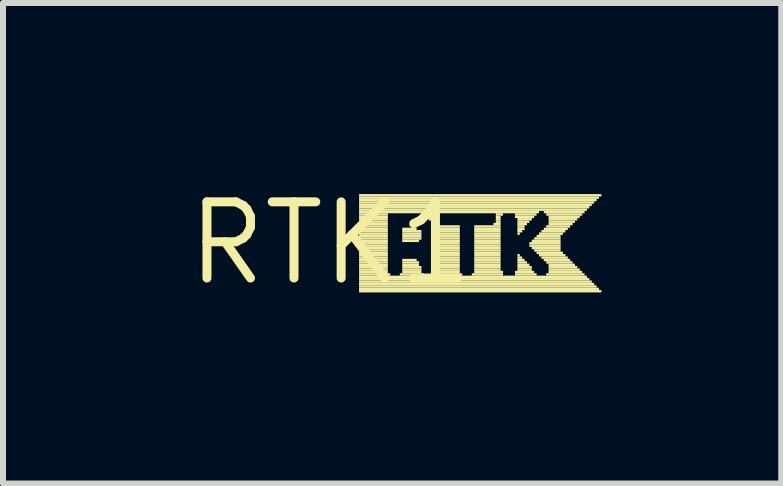
<source format=kicad_pcb>
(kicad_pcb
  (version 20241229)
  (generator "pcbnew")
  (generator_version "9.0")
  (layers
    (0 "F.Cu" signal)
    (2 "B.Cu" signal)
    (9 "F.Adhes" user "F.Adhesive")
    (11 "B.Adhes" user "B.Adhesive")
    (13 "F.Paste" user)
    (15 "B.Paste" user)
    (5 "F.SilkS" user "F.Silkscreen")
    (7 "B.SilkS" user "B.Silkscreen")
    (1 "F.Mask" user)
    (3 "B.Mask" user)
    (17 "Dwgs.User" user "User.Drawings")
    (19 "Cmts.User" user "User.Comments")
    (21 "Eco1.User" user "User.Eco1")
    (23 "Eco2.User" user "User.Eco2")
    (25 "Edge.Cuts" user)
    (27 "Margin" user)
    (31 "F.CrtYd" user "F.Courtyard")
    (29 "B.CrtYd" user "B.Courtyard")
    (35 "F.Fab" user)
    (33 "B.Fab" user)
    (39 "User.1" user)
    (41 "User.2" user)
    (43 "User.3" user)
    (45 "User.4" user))
  (footprint "RTK1"
    (layer "F.Cu")
    (at 2.457 1.006)
    (property "Reference" "RTK1" (at 0 0 0) (layer "F.SilkS") (effects (font (size 1.27 1.27) (thickness 0.15))))
    (fp_poly (pts (xy 0.48 -0.78) (xy 4.52 -0.78) (xy 4.52 -0.82) (xy 0.48 -0.82)) (stroke (width 0) (type solid)) (fill yes) (layer "F.SilkS"))
    (fp_poly (pts (xy 0.48 -0.74) (xy 4.48 -0.74) (xy 4.48 -0.78) (xy 0.48 -0.78)) (stroke (width 0) (type solid)) (fill yes) (layer "F.SilkS"))
    (fp_poly (pts (xy 0.48 -0.7) (xy 4.44 -0.7) (xy 4.44 -0.74) (xy 0.48 -0.74)) (stroke (width 0) (type solid)) (fill yes) (layer "F.SilkS"))
    (fp_poly (pts (xy 0.48 -0.66) (xy 4.4 -0.66) (xy 4.4 -0.7) (xy 0.48 -0.7)) (stroke (width 0) (type solid)) (fill yes) (layer "F.SilkS"))
    (fp_poly (pts (xy 0.48 -0.62) (xy 4.36 -0.62) (xy 4.36 -0.66) (xy 0.48 -0.66)) (stroke (width 0) (type solid)) (fill yes) (layer "F.SilkS"))
    (fp_poly (pts (xy 0.48 -0.58) (xy 4.32 -0.58) (xy 4.32 -0.62) (xy 0.48 -0.62)) (stroke (width 0) (type solid)) (fill yes) (layer "F.SilkS"))
    (fp_poly (pts (xy 0.48 -0.54) (xy 4.28 -0.54) (xy 4.28 -0.58) (xy 0.48 -0.58)) (stroke (width 0) (type solid)) (fill yes) (layer "F.SilkS"))
    (fp_poly (pts (xy 0.48 -0.5) (xy 3.48 -0.5) (xy 3.48 -0.54) (xy 0.48 -0.54)) (stroke (width 0) (type solid)) (fill yes) (layer "F.SilkS"))
    (fp_poly (pts (xy 0.48 -0.46) (xy 0.96 -0.46) (xy 0.96 -0.5) (xy 0.48 -0.5)) (stroke (width 0) (type solid)) (fill yes) (layer "F.SilkS"))
    (fp_poly (pts (xy 0.48 -0.42) (xy 0.96 -0.42) (xy 0.96 -0.46) (xy 0.48 -0.46)) (stroke (width 0) (type solid)) (fill yes) (layer "F.SilkS"))
    (fp_poly (pts (xy 0.48 -0.38) (xy 0.96 -0.38) (xy 0.96 -0.42) (xy 0.48 -0.42)) (stroke (width 0) (type solid)) (fill yes) (layer "F.SilkS"))
    (fp_poly (pts (xy 0.48 -0.34) (xy 0.96 -0.34) (xy 0.96 -0.38) (xy 0.48 -0.38)) (stroke (width 0) (type solid)) (fill yes) (layer "F.SilkS"))
    (fp_poly (pts (xy 0.48 -0.3) (xy 0.96 -0.3) (xy 0.96 -0.34) (xy 0.48 -0.34)) (stroke (width 0) (type solid)) (fill yes) (layer "F.SilkS"))
    (fp_poly (pts (xy 0.48 -0.26) (xy 0.96 -0.26) (xy 0.96 -0.3) (xy 0.48 -0.3)) (stroke (width 0) (type solid)) (fill yes) (layer "F.SilkS"))
    (fp_poly (pts (xy 0.48 -0.22) (xy 0.96 -0.22) (xy 0.96 -0.26) (xy 0.48 -0.26)) (stroke (width 0) (type solid)) (fill yes) (layer "F.SilkS"))
    (fp_poly (pts (xy 0.48 -0.18) (xy 0.96 -0.18) (xy 0.96 -0.22) (xy 0.48 -0.22)) (stroke (width 0) (type solid)) (fill yes) (layer "F.SilkS"))
    (fp_poly (pts (xy 0.48 -0.14) (xy 0.96 -0.14) (xy 0.96 -0.18) (xy 0.48 -0.18)) (stroke (width 0) (type solid)) (fill yes) (layer "F.SilkS"))
    (fp_poly (pts (xy 0.48 -0.1) (xy 0.96 -0.1) (xy 0.96 -0.14) (xy 0.48 -0.14)) (stroke (width 0) (type solid)) (fill yes) (layer "F.SilkS"))
    (fp_poly (pts (xy 0.48 -0.06) (xy 0.96 -0.06) (xy 0.96 -0.1) (xy 0.48 -0.1)) (stroke (width 0) (type solid)) (fill yes) (layer "F.SilkS"))
    (fp_poly (pts (xy 0.48 -0.02) (xy 0.96 -0.02) (xy 0.96 -0.06) (xy 0.48 -0.06)) (stroke (width 0) (type solid)) (fill yes) (layer "F.SilkS"))
    (fp_poly (pts (xy 0.48 0.02) (xy 0.96 0.02) (xy 0.96 -0.02) (xy 0.48 -0.02)) (stroke (width 0) (type solid)) (fill yes) (layer "F.SilkS"))
    (fp_poly (pts (xy 0.48 0.06) (xy 0.96 0.06) (xy 0.96 0.02) (xy 0.48 0.02)) (stroke (width 0) (type solid)) (fill yes) (layer "F.SilkS"))
    (fp_poly (pts (xy 0.48 0.1) (xy 0.96 0.1) (xy 0.96 0.06) (xy 0.48 0.06)) (stroke (width 0) (type solid)) (fill yes) (layer "F.SilkS"))
    (fp_poly (pts (xy 0.48 0.14) (xy 0.96 0.14) (xy 0.96 0.1) (xy 0.48 0.1)) (stroke (width 0) (type solid)) (fill yes) (layer "F.SilkS"))
    (fp_poly (pts (xy 0.48 0.18) (xy 0.96 0.18) (xy 0.96 0.14) (xy 0.48 0.14)) (stroke (width 0) (type solid)) (fill yes) (layer "F.SilkS"))
    (fp_poly (pts (xy 0.48 0.22) (xy 0.96 0.22) (xy 0.96 0.18) (xy 0.48 0.18)) (stroke (width 0) (type solid)) (fill yes) (layer "F.SilkS"))
    (fp_poly (pts (xy 0.48 0.26) (xy 0.96 0.26) (xy 0.96 0.22) (xy 0.48 0.22)) (stroke (width 0) (type solid)) (fill yes) (layer "F.SilkS"))
    (fp_poly (pts (xy 0.48 0.3) (xy 0.96 0.3) (xy 0.96 0.26) (xy 0.48 0.26)) (stroke (width 0) (type solid)) (fill yes) (layer "F.SilkS"))
    (fp_poly (pts (xy 0.48 0.34) (xy 0.96 0.34) (xy 0.96 0.3) (xy 0.48 0.3)) (stroke (width 0) (type solid)) (fill yes) (layer "F.SilkS"))
    (fp_poly (pts (xy 0.48 0.38) (xy 0.96 0.38) (xy 0.96 0.34) (xy 0.48 0.34)) (stroke (width 0) (type solid)) (fill yes) (layer "F.SilkS"))
    (fp_poly (pts (xy 0.48 0.42) (xy 0.96 0.42) (xy 0.96 0.38) (xy 0.48 0.38)) (stroke (width 0) (type solid)) (fill yes) (layer "F.SilkS"))
    (fp_poly (pts (xy 0.48 0.46) (xy 0.96 0.46) (xy 0.96 0.42) (xy 0.48 0.42)) (stroke (width 0) (type solid)) (fill yes) (layer "F.SilkS"))
    (fp_poly (pts (xy 0.48 0.5) (xy 0.96 0.5) (xy 0.96 0.46) (xy 0.48 0.46)) (stroke (width 0) (type solid)) (fill yes) (layer "F.SilkS"))
    (fp_poly (pts (xy 0.48 0.54) (xy 1 0.54) (xy 1 0.5) (xy 0.48 0.5)) (stroke (width 0) (type solid)) (fill yes) (layer "F.SilkS"))
    (fp_poly (pts (xy 0.48 0.58) (xy 4.28 0.58) (xy 4.28 0.54) (xy 0.48 0.54)) (stroke (width 0) (type solid)) (fill yes) (layer "F.SilkS"))
    (fp_poly (pts (xy 0.48 0.62) (xy 4.32 0.62) (xy 4.32 0.58) (xy 0.48 0.58)) (stroke (width 0) (type solid)) (fill yes) (layer "F.SilkS"))
    (fp_poly (pts (xy 0.48 0.66) (xy 4.36 0.66) (xy 4.36 0.62) (xy 0.48 0.62)) (stroke (width 0) (type solid)) (fill yes) (layer "F.SilkS"))
    (fp_poly (pts (xy 0.48 0.7) (xy 4.4 0.7) (xy 4.4 0.66) (xy 0.48 0.66)) (stroke (width 0) (type solid)) (fill yes) (layer "F.SilkS"))
    (fp_poly (pts (xy 0.48 0.74) (xy 4.44 0.74) (xy 4.44 0.7) (xy 0.48 0.7)) (stroke (width 0) (type solid)) (fill yes) (layer "F.SilkS"))
    (fp_poly (pts (xy 0.48 0.78) (xy 4.48 0.78) (xy 4.48 0.74) (xy 0.48 0.74)) (stroke (width 0) (type solid)) (fill yes) (layer "F.SilkS"))
    (fp_poly (pts (xy 0.48 0.82) (xy 4.52 0.82) (xy 4.52 0.78) (xy 0.48 0.78)) (stroke (width 0) (type solid)) (fill yes) (layer "F.SilkS"))
    (fp_poly (pts (xy 1.16 0.54) (xy 1.56 0.54) (xy 1.56 0.5) (xy 1.16 0.5)) (stroke (width 0) (type solid)) (fill yes) (layer "F.SilkS"))
    (fp_poly (pts (xy 1.2 -0.22) (xy 1.44 -0.22) (xy 1.44 -0.26) (xy 1.2 -0.26)) (stroke (width 0) (type solid)) (fill yes) (layer "F.SilkS"))
    (fp_poly (pts (xy 1.2 -0.18) (xy 1.52 -0.18) (xy 1.52 -0.22) (xy 1.2 -0.22)) (stroke (width 0) (type solid)) (fill yes) (layer "F.SilkS"))
    (fp_poly (pts (xy 1.2 -0.14) (xy 1.52 -0.14) (xy 1.52 -0.18) (xy 1.2 -0.18)) (stroke (width 0) (type solid)) (fill yes) (layer "F.SilkS"))
    (fp_poly (pts (xy 1.2 -0.1) (xy 1.52 -0.1) (xy 1.52 -0.14) (xy 1.2 -0.14)) (stroke (width 0) (type solid)) (fill yes) (layer "F.SilkS"))
    (fp_poly (pts (xy 1.2 -0.06) (xy 1.52 -0.06) (xy 1.52 -0.1) (xy 1.2 -0.1)) (stroke (width 0) (type solid)) (fill yes) (layer "F.SilkS"))
    (fp_poly (pts (xy 1.2 -0.02) (xy 1.48 -0.02) (xy 1.48 -0.06) (xy 1.2 -0.06)) (stroke (width 0) (type solid)) (fill yes) (layer "F.SilkS"))
    (fp_poly (pts (xy 1.2 0.3) (xy 1.44 0.3) (xy 1.44 0.26) (xy 1.2 0.26)) (stroke (width 0) (type solid)) (fill yes) (layer "F.SilkS"))
    (fp_poly (pts (xy 1.2 0.34) (xy 1.48 0.34) (xy 1.48 0.3) (xy 1.2 0.3)) (stroke (width 0) (type solid)) (fill yes) (layer "F.SilkS"))
    (fp_poly (pts (xy 1.2 0.38) (xy 1.48 0.38) (xy 1.48 0.34) (xy 1.2 0.34)) (stroke (width 0) (type solid)) (fill yes) (layer "F.SilkS"))
    (fp_poly (pts (xy 1.2 0.42) (xy 1.52 0.42) (xy 1.52 0.38) (xy 1.2 0.38)) (stroke (width 0) (type solid)) (fill yes) (layer "F.SilkS"))
    (fp_poly (pts (xy 1.2 0.46) (xy 1.52 0.46) (xy 1.52 0.42) (xy 1.2 0.42)) (stroke (width 0) (type solid)) (fill yes) (layer "F.SilkS"))
    (fp_poly (pts (xy 1.2 0.5) (xy 1.52 0.5) (xy 1.52 0.46) (xy 1.2 0.46)) (stroke (width 0) (type solid)) (fill yes) (layer "F.SilkS"))
    (fp_poly (pts (xy 1.56 -0.46) (xy 1.76 -0.46) (xy 1.76 -0.5) (xy 1.56 -0.5)) (stroke (width 0) (type solid)) (fill yes) (layer "F.SilkS"))
    (fp_poly (pts (xy 1.6 -0.42) (xy 1.76 -0.42) (xy 1.76 -0.46) (xy 1.6 -0.46)) (stroke (width 0) (type solid)) (fill yes) (layer "F.SilkS"))
    (fp_poly (pts (xy 1.64 -0.38) (xy 1.76 -0.38) (xy 1.76 -0.42) (xy 1.64 -0.42)) (stroke (width 0) (type solid)) (fill yes) (layer "F.SilkS"))
    (fp_poly (pts (xy 1.68 -0.34) (xy 1.76 -0.34) (xy 1.76 -0.38) (xy 1.68 -0.38)) (stroke (width 0) (type solid)) (fill yes) (layer "F.SilkS"))
    (fp_poly (pts (xy 1.68 0.14) (xy 2.16 0.14) (xy 2.16 0.1) (xy 1.68 0.1)) (stroke (width 0) (type solid)) (fill yes) (layer "F.SilkS"))
    (fp_poly (pts (xy 1.68 0.18) (xy 2.16 0.18) (xy 2.16 0.14) (xy 1.68 0.14)) (stroke (width 0) (type solid)) (fill yes) (layer "F.SilkS"))
    (fp_poly (pts (xy 1.68 0.22) (xy 2.16 0.22) (xy 2.16 0.18) (xy 1.68 0.18)) (stroke (width 0) (type solid)) (fill yes) (layer "F.SilkS"))
    (fp_poly (pts (xy 1.72 -0.3) (xy 1.8 -0.3) (xy 1.8 -0.34) (xy 1.72 -0.34)) (stroke (width 0) (type solid)) (fill yes) (layer "F.SilkS"))
    (fp_poly (pts (xy 1.72 -0.26) (xy 2.16 -0.26) (xy 2.16 -0.3) (xy 1.72 -0.3)) (stroke (width 0) (type solid)) (fill yes) (layer "F.SilkS"))
    (fp_poly (pts (xy 1.72 0.06) (xy 2.16 0.06) (xy 2.16 0.02) (xy 1.72 0.02)) (stroke (width 0) (type solid)) (fill yes) (layer "F.SilkS"))
    (fp_poly (pts (xy 1.72 0.1) (xy 2.16 0.1) (xy 2.16 0.06) (xy 1.72 0.06)) (stroke (width 0) (type solid)) (fill yes) (layer "F.SilkS"))
    (fp_poly (pts (xy 1.72 0.26) (xy 2.16 0.26) (xy 2.16 0.22) (xy 1.72 0.22)) (stroke (width 0) (type solid)) (fill yes) (layer "F.SilkS"))
    (fp_poly (pts (xy 1.72 0.3) (xy 2.16 0.3) (xy 2.16 0.26) (xy 1.72 0.26)) (stroke (width 0) (type solid)) (fill yes) (layer "F.SilkS"))
    (fp_poly (pts (xy 1.72 0.34) (xy 2.16 0.34) (xy 2.16 0.3) (xy 1.72 0.3)) (stroke (width 0) (type solid)) (fill yes) (layer "F.SilkS"))
    (fp_poly (pts (xy 1.72 0.54) (xy 2.2 0.54) (xy 2.2 0.5) (xy 1.72 0.5)) (stroke (width 0) (type solid)) (fill yes) (layer "F.SilkS"))
    (fp_poly (pts (xy 1.76 -0.22) (xy 2.16 -0.22) (xy 2.16 -0.26) (xy 1.76 -0.26)) (stroke (width 0) (type solid)) (fill yes) (layer "F.SilkS"))
    (fp_poly (pts (xy 1.76 -0.18) (xy 2.16 -0.18) (xy 2.16 -0.22) (xy 1.76 -0.22)) (stroke (width 0) (type solid)) (fill yes) (layer "F.SilkS"))
    (fp_poly (pts (xy 1.76 -0.14) (xy 2.16 -0.14) (xy 2.16 -0.18) (xy 1.76 -0.18)) (stroke (width 0) (type solid)) (fill yes) (layer "F.SilkS"))
    (fp_poly (pts (xy 1.76 -0.1) (xy 2.16 -0.1) (xy 2.16 -0.14) (xy 1.76 -0.14)) (stroke (width 0) (type solid)) (fill yes) (layer "F.SilkS"))
    (fp_poly (pts (xy 1.76 -0.06) (xy 2.16 -0.06) (xy 2.16 -0.1) (xy 1.76 -0.1)) (stroke (width 0) (type solid)) (fill yes) (layer "F.SilkS"))
    (fp_poly (pts (xy 1.76 -0.02) (xy 2.16 -0.02) (xy 2.16 -0.06) (xy 1.76 -0.06)) (stroke (width 0) (type solid)) (fill yes) (layer "F.SilkS"))
    (fp_poly (pts (xy 1.76 0.02) (xy 2.16 0.02) (xy 2.16 -0.02) (xy 1.76 -0.02)) (stroke (width 0) (type solid)) (fill yes) (layer "F.SilkS"))
    (fp_poly (pts (xy 1.76 0.38) (xy 2.16 0.38) (xy 2.16 0.34) (xy 1.76 0.34)) (stroke (width 0) (type solid)) (fill yes) (layer "F.SilkS"))
    (fp_poly (pts (xy 1.76 0.42) (xy 2.16 0.42) (xy 2.16 0.38) (xy 1.76 0.38)) (stroke (width 0) (type solid)) (fill yes) (layer "F.SilkS"))
    (fp_poly (pts (xy 1.76 0.46) (xy 2.16 0.46) (xy 2.16 0.42) (xy 1.76 0.42)) (stroke (width 0) (type solid)) (fill yes) (layer "F.SilkS"))
    (fp_poly (pts (xy 1.76 0.5) (xy 2.16 0.5) (xy 2.16 0.46) (xy 1.76 0.46)) (stroke (width 0) (type solid)) (fill yes) (layer "F.SilkS"))
    (fp_poly (pts (xy 2.36 0.54) (xy 2.88 0.54) (xy 2.88 0.5) (xy 2.36 0.5)) (stroke (width 0) (type solid)) (fill yes) (layer "F.SilkS"))
    (fp_poly (pts (xy 2.4 -0.26) (xy 2.84 -0.26) (xy 2.84 -0.3) (xy 2.4 -0.3)) (stroke (width 0) (type solid)) (fill yes) (layer "F.SilkS"))
    (fp_poly (pts (xy 2.4 -0.22) (xy 2.84 -0.22) (xy 2.84 -0.26) (xy 2.4 -0.26)) (stroke (width 0) (type solid)) (fill yes) (layer "F.SilkS"))
    (fp_poly (pts (xy 2.4 -0.18) (xy 2.84 -0.18) (xy 2.84 -0.22) (xy 2.4 -0.22)) (stroke (width 0) (type solid)) (fill yes) (layer "F.SilkS"))
    (fp_poly (pts (xy 2.4 -0.14) (xy 2.84 -0.14) (xy 2.84 -0.18) (xy 2.4 -0.18)) (stroke (width 0) (type solid)) (fill yes) (layer "F.SilkS"))
    (fp_poly (pts (xy 2.4 -0.1) (xy 2.84 -0.1) (xy 2.84 -0.14) (xy 2.4 -0.14)) (stroke (width 0) (type solid)) (fill yes) (layer "F.SilkS"))
    (fp_poly (pts (xy 2.4 -0.06) (xy 2.84 -0.06) (xy 2.84 -0.1) (xy 2.4 -0.1)) (stroke (width 0) (type solid)) (fill yes) (layer "F.SilkS"))
    (fp_poly (pts (xy 2.4 -0.02) (xy 2.84 -0.02) (xy 2.84 -0.06) (xy 2.4 -0.06)) (stroke (width 0) (type solid)) (fill yes) (layer "F.SilkS"))
    (fp_poly (pts (xy 2.4 0.02) (xy 2.84 0.02) (xy 2.84 -0.02) (xy 2.4 -0.02)) (stroke (width 0) (type solid)) (fill yes) (layer "F.SilkS"))
    (fp_poly (pts (xy 2.4 0.06) (xy 2.84 0.06) (xy 2.84 0.02) (xy 2.4 0.02)) (stroke (width 0) (type solid)) (fill yes) (layer "F.SilkS"))
    (fp_poly (pts (xy 2.4 0.1) (xy 2.84 0.1) (xy 2.84 0.06) (xy 2.4 0.06)) (stroke (width 0) (type solid)) (fill yes) (layer "F.SilkS"))
    (fp_poly (pts (xy 2.4 0.14) (xy 2.84 0.14) (xy 2.84 0.1) (xy 2.4 0.1)) (stroke (width 0) (type solid)) (fill yes) (layer "F.SilkS"))
    (fp_poly (pts (xy 2.4 0.18) (xy 2.84 0.18) (xy 2.84 0.14) (xy 2.4 0.14)) (stroke (width 0) (type solid)) (fill yes) (layer "F.SilkS"))
    (fp_poly (pts (xy 2.4 0.22) (xy 2.84 0.22) (xy 2.84 0.18) (xy 2.4 0.18)) (stroke (width 0) (type solid)) (fill yes) (layer "F.SilkS"))
    (fp_poly (pts (xy 2.4 0.26) (xy 2.84 0.26) (xy 2.84 0.22) (xy 2.4 0.22)) (stroke (width 0) (type solid)) (fill yes) (layer "F.SilkS"))
    (fp_poly (pts (xy 2.4 0.3) (xy 2.84 0.3) (xy 2.84 0.26) (xy 2.4 0.26)) (stroke (width 0) (type solid)) (fill yes) (layer "F.SilkS"))
    (fp_poly (pts (xy 2.4 0.34) (xy 2.84 0.34) (xy 2.84 0.3) (xy 2.4 0.3)) (stroke (width 0) (type solid)) (fill yes) (layer "F.SilkS"))
    (fp_poly (pts (xy 2.4 0.38) (xy 2.84 0.38) (xy 2.84 0.34) (xy 2.4 0.34)) (stroke (width 0) (type solid)) (fill yes) (layer "F.SilkS"))
    (fp_poly (pts (xy 2.4 0.42) (xy 2.84 0.42) (xy 2.84 0.38) (xy 2.4 0.38)) (stroke (width 0) (type solid)) (fill yes) (layer "F.SilkS"))
    (fp_poly (pts (xy 2.4 0.46) (xy 2.84 0.46) (xy 2.84 0.42) (xy 2.4 0.42)) (stroke (width 0) (type solid)) (fill yes) (layer "F.SilkS"))
    (fp_poly (pts (xy 2.4 0.5) (xy 2.88 0.5) (xy 2.88 0.46) (xy 2.4 0.46)) (stroke (width 0) (type solid)) (fill yes) (layer "F.SilkS"))
    (fp_poly (pts (xy 2.72 -0.3) (xy 2.84 -0.3) (xy 2.84 -0.34) (xy 2.72 -0.34)) (stroke (width 0) (type solid)) (fill yes) (layer "F.SilkS"))
    (fp_poly (pts (xy 2.76 -0.46) (xy 2.88 -0.46) (xy 2.88 -0.5) (xy 2.76 -0.5)) (stroke (width 0) (type solid)) (fill yes) (layer "F.SilkS"))
    (fp_poly (pts (xy 2.76 -0.42) (xy 2.84 -0.42) (xy 2.84 -0.46) (xy 2.76 -0.46)) (stroke (width 0) (type solid)) (fill yes) (layer "F.SilkS"))
    (fp_poly (pts (xy 2.76 -0.38) (xy 2.84 -0.38) (xy 2.84 -0.42) (xy 2.76 -0.42)) (stroke (width 0) (type solid)) (fill yes) (layer "F.SilkS"))
    (fp_poly (pts (xy 2.76 -0.34) (xy 2.84 -0.34) (xy 2.84 -0.38) (xy 2.76 -0.38)) (stroke (width 0) (type solid)) (fill yes) (layer "F.SilkS"))
    (fp_poly (pts (xy 3.08 -0.46) (xy 3.44 -0.46) (xy 3.44 -0.5) (xy 3.08 -0.5)) (stroke (width 0) (type solid)) (fill yes) (layer "F.SilkS"))
    (fp_poly (pts (xy 3.08 -0.42) (xy 3.4 -0.42) (xy 3.4 -0.46) (xy 3.08 -0.46)) (stroke (width 0) (type solid)) (fill yes) (layer "F.SilkS"))
    (fp_poly (pts (xy 3.08 0.5) (xy 3.4 0.5) (xy 3.4 0.46) (xy 3.08 0.46)) (stroke (width 0) (type solid)) (fill yes) (layer "F.SilkS"))
    (fp_poly (pts (xy 3.08 0.54) (xy 3.44 0.54) (xy 3.44 0.5) (xy 3.08 0.5)) (stroke (width 0) (type solid)) (fill yes) (layer "F.SilkS"))
    (fp_poly (pts (xy 3.12 -0.38) (xy 3.36 -0.38) (xy 3.36 -0.42) (xy 3.12 -0.42)) (stroke (width 0) (type solid)) (fill yes) (layer "F.SilkS"))
    (fp_poly (pts (xy 3.12 -0.34) (xy 3.32 -0.34) (xy 3.32 -0.38) (xy 3.12 -0.38)) (stroke (width 0) (type solid)) (fill yes) (layer "F.SilkS"))
    (fp_poly (pts (xy 3.12 -0.3) (xy 3.28 -0.3) (xy 3.28 -0.34) (xy 3.12 -0.34)) (stroke (width 0) (type solid)) (fill yes) (layer "F.SilkS"))
    (fp_poly (pts (xy 3.12 -0.26) (xy 3.24 -0.26) (xy 3.24 -0.3) (xy 3.12 -0.3)) (stroke (width 0) (type solid)) (fill yes) (layer "F.SilkS"))
    (fp_poly (pts (xy 3.12 -0.22) (xy 3.24 -0.22) (xy 3.24 -0.26) (xy 3.12 -0.26)) (stroke (width 0) (type solid)) (fill yes) (layer "F.SilkS"))
    (fp_poly (pts (xy 3.12 -0.18) (xy 3.2 -0.18) (xy 3.2 -0.22) (xy 3.12 -0.22)) (stroke (width 0) (type solid)) (fill yes) (layer "F.SilkS"))
    (fp_poly (pts (xy 3.12 -0.14) (xy 3.16 -0.14) (xy 3.16 -0.18) (xy 3.12 -0.18)) (stroke (width 0) (type solid)) (fill yes) (layer "F.SilkS"))
    (fp_poly (pts (xy 3.12 0.22) (xy 3.16 0.22) (xy 3.16 0.18) (xy 3.12 0.18)) (stroke (width 0) (type solid)) (fill yes) (layer "F.SilkS"))
    (fp_poly (pts (xy 3.12 0.26) (xy 3.2 0.26) (xy 3.2 0.22) (xy 3.12 0.22)) (stroke (width 0) (type solid)) (fill yes) (layer "F.SilkS"))
    (fp_poly (pts (xy 3.12 0.3) (xy 3.24 0.3) (xy 3.24 0.26) (xy 3.12 0.26)) (stroke (width 0) (type solid)) (fill yes) (layer "F.SilkS"))
    (fp_poly (pts (xy 3.12 0.34) (xy 3.28 0.34) (xy 3.28 0.3) (xy 3.12 0.3)) (stroke (width 0) (type solid)) (fill yes) (layer "F.SilkS"))
    (fp_poly (pts (xy 3.12 0.38) (xy 3.32 0.38) (xy 3.32 0.34) (xy 3.12 0.34)) (stroke (width 0) (type solid)) (fill yes) (layer "F.SilkS"))
    (fp_poly (pts (xy 3.12 0.42) (xy 3.36 0.42) (xy 3.36 0.38) (xy 3.12 0.38)) (stroke (width 0) (type solid)) (fill yes) (layer "F.SilkS"))
    (fp_poly (pts (xy 3.12 0.46) (xy 3.36 0.46) (xy 3.36 0.42) (xy 3.12 0.42)) (stroke (width 0) (type solid)) (fill yes) (layer "F.SilkS"))
    (fp_poly (pts (xy 3.32 0.02) (xy 3.84 0.02) (xy 3.84 -0.02) (xy 3.32 -0.02)) (stroke (width 0) (type solid)) (fill yes) (layer "F.SilkS"))
    (fp_poly (pts (xy 3.32 0.06) (xy 3.84 0.06) (xy 3.84 0.02) (xy 3.32 0.02)) (stroke (width 0) (type solid)) (fill yes) (layer "F.SilkS"))
    (fp_poly (pts (xy 3.36 -0.02) (xy 3.84 -0.02) (xy 3.84 -0.06) (xy 3.36 -0.06)) (stroke (width 0) (type solid)) (fill yes) (layer "F.SilkS"))
    (fp_poly (pts (xy 3.36 0.1) (xy 3.84 0.1) (xy 3.84 0.06) (xy 3.36 0.06)) (stroke (width 0) (type solid)) (fill yes) (layer "F.SilkS"))
    (fp_poly (pts (xy 3.4 -0.06) (xy 3.84 -0.06) (xy 3.84 -0.1) (xy 3.4 -0.1)) (stroke (width 0) (type solid)) (fill yes) (layer "F.SilkS"))
    (fp_poly (pts (xy 3.4 0.14) (xy 3.84 0.14) (xy 3.84 0.1) (xy 3.4 0.1)) (stroke (width 0) (type solid)) (fill yes) (layer "F.SilkS"))
    (fp_poly (pts (xy 3.44 -0.1) (xy 3.84 -0.1) (xy 3.84 -0.14) (xy 3.44 -0.14)) (stroke (width 0) (type solid)) (fill yes) (layer "F.SilkS"))
    (fp_poly (pts (xy 3.44 0.18) (xy 3.88 0.18) (xy 3.88 0.14) (xy 3.44 0.14)) (stroke (width 0) (type solid)) (fill yes) (layer "F.SilkS"))
    (fp_poly (pts (xy 3.48 -0.14) (xy 3.88 -0.14) (xy 3.88 -0.18) (xy 3.48 -0.18)) (stroke (width 0) (type solid)) (fill yes) (layer "F.SilkS"))
    (fp_poly (pts (xy 3.48 0.22) (xy 3.92 0.22) (xy 3.92 0.18) (xy 3.48 0.18)) (stroke (width 0) (type solid)) (fill yes) (layer "F.SilkS"))
    (fp_poly (pts (xy 3.52 -0.18) (xy 3.92 -0.18) (xy 3.92 -0.22) (xy 3.52 -0.22)) (stroke (width 0) (type solid)) (fill yes) (layer "F.SilkS"))
    (fp_poly (pts (xy 3.52 0.26) (xy 3.96 0.26) (xy 3.96 0.22) (xy 3.52 0.22)) (stroke (width 0) (type solid)) (fill yes) (layer "F.SilkS"))
    (fp_poly (pts (xy 3.56 -0.5) (xy 4.24 -0.5) (xy 4.24 -0.54) (xy 3.56 -0.54)) (stroke (width 0) (type solid)) (fill yes) (layer "F.SilkS"))
    (fp_poly (pts (xy 3.56 -0.22) (xy 3.96 -0.22) (xy 3.96 -0.26) (xy 3.56 -0.26)) (stroke (width 0) (type solid)) (fill yes) (layer "F.SilkS"))
    (fp_poly (pts (xy 3.56 0.3) (xy 4 0.3) (xy 4 0.26) (xy 3.56 0.26)) (stroke (width 0) (type solid)) (fill yes) (layer "F.SilkS"))
    (fp_poly (pts (xy 3.6 -0.46) (xy 4.2 -0.46) (xy 4.2 -0.5) (xy 3.6 -0.5)) (stroke (width 0) (type solid)) (fill yes) (layer "F.SilkS"))
    (fp_poly (pts (xy 3.6 -0.26) (xy 4 -0.26) (xy 4 -0.3) (xy 3.6 -0.3)) (stroke (width 0) (type solid)) (fill yes) (layer "F.SilkS"))
    (fp_poly (pts (xy 3.6 0.34) (xy 4.04 0.34) (xy 4.04 0.3) (xy 3.6 0.3)) (stroke (width 0) (type solid)) (fill yes) (layer "F.SilkS"))
    (fp_poly (pts (xy 3.6 0.54) (xy 4.24 0.54) (xy 4.24 0.5) (xy 3.6 0.5)) (stroke (width 0) (type solid)) (fill yes) (layer "F.SilkS"))
    (fp_poly (pts (xy 3.64 -0.42) (xy 4.16 -0.42) (xy 4.16 -0.46) (xy 3.64 -0.46)) (stroke (width 0) (type solid)) (fill yes) (layer "F.SilkS"))
    (fp_poly (pts (xy 3.64 -0.38) (xy 4.12 -0.38) (xy 4.12 -0.42) (xy 3.64 -0.42)) (stroke (width 0) (type solid)) (fill yes) (layer "F.SilkS"))
    (fp_poly (pts (xy 3.64 -0.34) (xy 4.08 -0.34) (xy 4.08 -0.38) (xy 3.64 -0.38)) (stroke (width 0) (type solid)) (fill yes) (layer "F.SilkS"))
    (fp_poly (pts (xy 3.64 -0.3) (xy 4.04 -0.3) (xy 4.04 -0.34) (xy 3.64 -0.34)) (stroke (width 0) (type solid)) (fill yes) (layer "F.SilkS"))
    (fp_poly (pts (xy 3.64 0.38) (xy 4.08 0.38) (xy 4.08 0.34) (xy 3.64 0.34)) (stroke (width 0) (type solid)) (fill yes) (layer "F.SilkS"))
    (fp_poly (pts (xy 3.64 0.42) (xy 4.12 0.42) (xy 4.12 0.38) (xy 3.64 0.38)) (stroke (width 0) (type solid)) (fill yes) (layer "F.SilkS"))
    (fp_poly (pts (xy 3.64 0.46) (xy 4.16 0.46) (xy 4.16 0.42) (xy 3.64 0.42)) (stroke (width 0) (type solid)) (fill yes) (layer "F.SilkS"))
    (fp_poly (pts (xy 3.64 0.5) (xy 4.2 0.5) (xy 4.2 0.46) (xy 3.64 0.46)) (stroke (width 0) (type solid)) (fill yes) (layer "F.SilkS")))
  (gr_rect
    (start -3 -3)
    (end 9.977 5.012)
    (stroke (width 0.1) (type default))
    (fill no)
    (layer "Edge.Cuts")))
</source>
